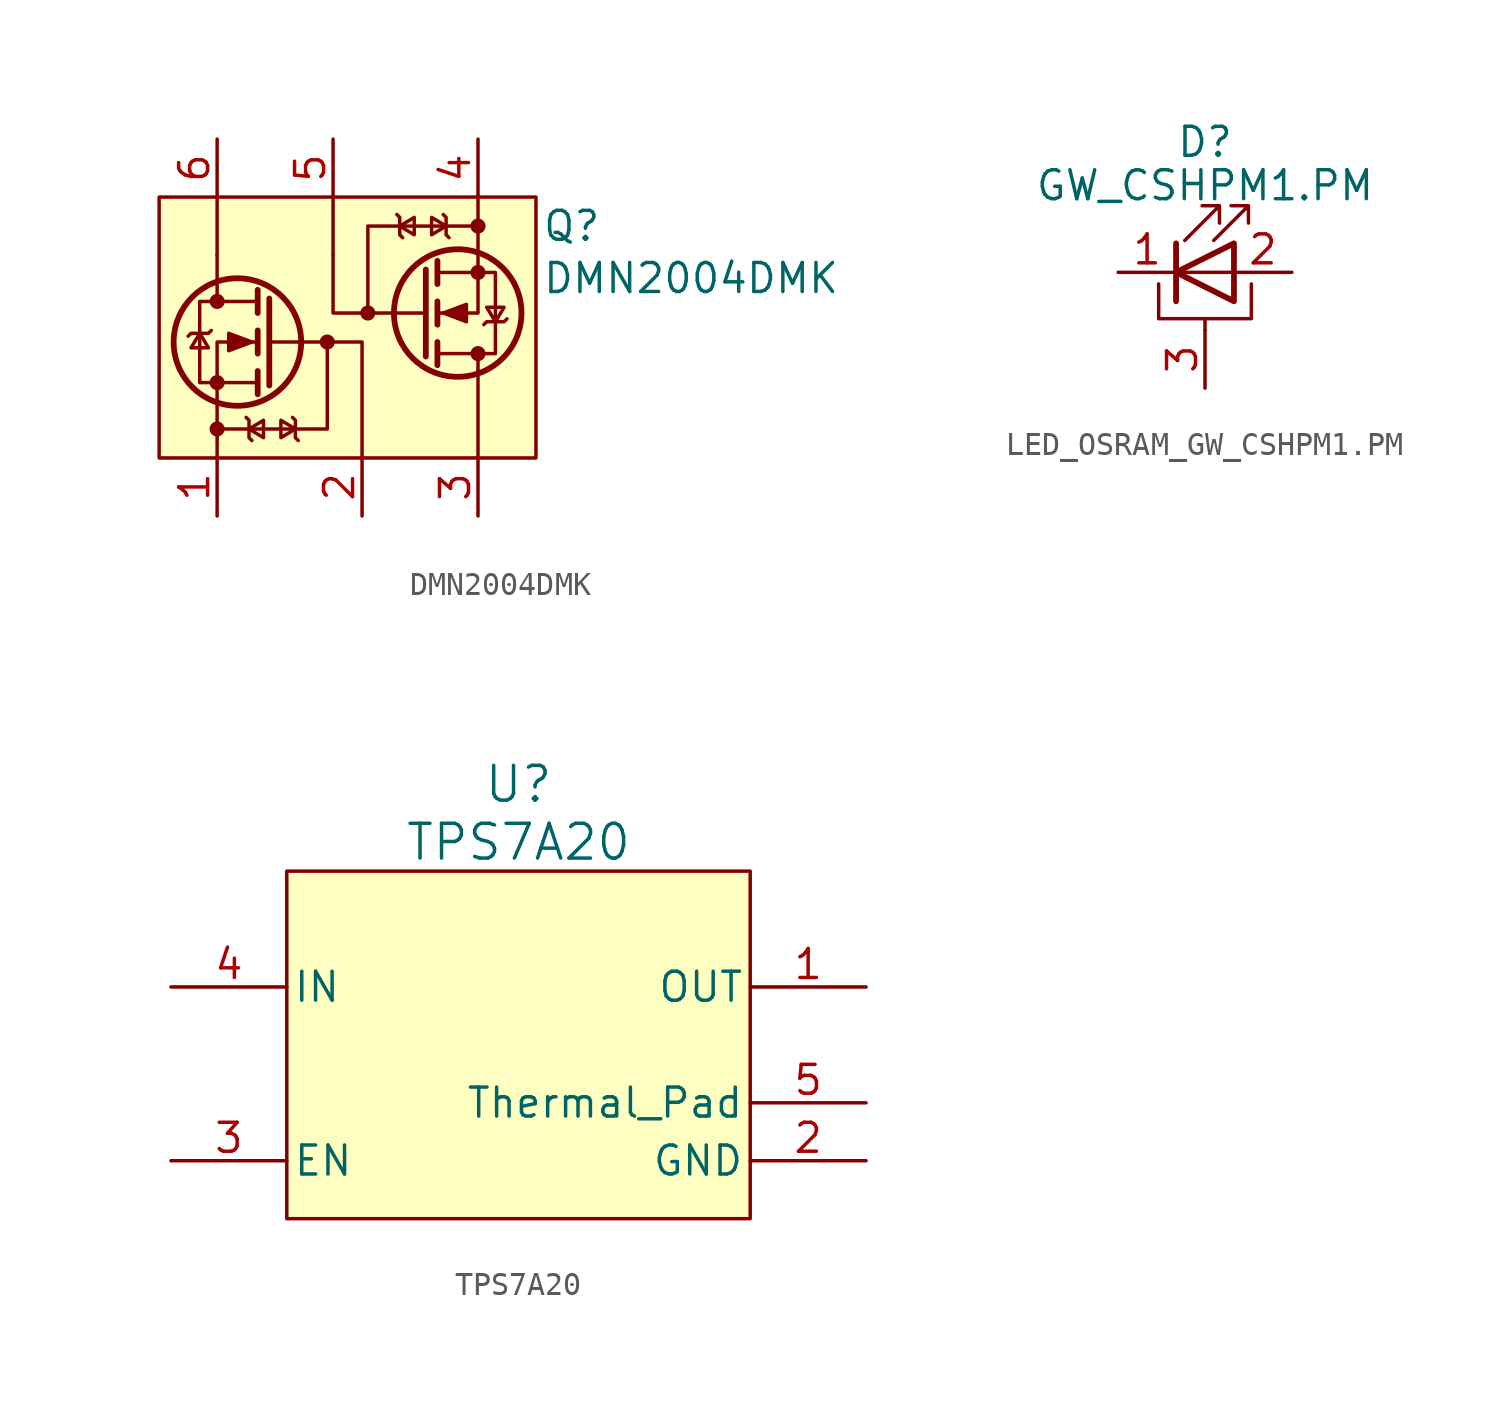
<source format=kicad_sym>
(kicad_symbol_lib
  (version 20241209)
  (generator "kicad_symbol_editor")
  (generator_version "9.0")
  (symbol "DMN2004DMK"
    (pin_names
      (offset 0)
      (hide yes))
    (property "Reference" "Q"
      (at 9.144 3.81 0)
      (effects (font (size 1.27 1.27)) (justify left)))
    (property "Value" "DMN2004DMK"
      (at 9.144 1.524 0)
      (effects (font (size 1.27 1.27)) (justify left)))
    (symbol "DMN2004DMK_0_1"
      (polyline (pts (xy -5.08 2.54) (xy -5.08 1.27)) (stroke (width 0) (type default)) (fill (type none)))
      (polyline (pts (xy -5.08 -5.08) (xy -0.254 -5.08) (xy -0.254 -1.27)) (stroke (width 0) (type default)) (fill (type none)))
      (polyline (pts (xy 0 -1.27) (xy 1.27 -1.27) (xy 1.27 -6.35)) (stroke (width 0) (type default)) (fill (type none)))
      (polyline (pts (xy 1.27 0) (xy 0 0) (xy 0 2.54)) (stroke (width 0) (type default)) (fill (type none)))
      (polyline (pts (xy 6.35 3.81) (xy 1.524 3.81) (xy 1.524 0)) (stroke (width 0) (type default)) (fill (type none))))
    (symbol "DMN2004DMK_1_1"
      (rectangle (start -7.62 5.08) (end 8.89 -6.35) (stroke (width 0) (type default)) (fill (type background)))
      (polyline (pts (xy -5.842 -0.889) (xy -5.461 -1.524) (xy -6.223 -1.524) (xy -5.842 -0.889)) (stroke (width 0) (type default)) (fill (type none)))
      (polyline (pts (xy -5.334 -0.762) (xy -5.461 -0.889) (xy -6.223 -0.889) (xy -6.35 -1.016)) (stroke (width 0) (type default)) (fill (type none)))
      (polyline (pts (xy -5.08 5.08) (xy -5.08 2.54)) (stroke (width 0) (type default)) (fill (type none)))
      (polyline (pts (xy -5.08 1.27) (xy -5.08 0.508)) (stroke (width 0) (type default)) (fill (type none)))
      (circle (center -5.08 0.508) (radius 0.254) (stroke (width 0) (type default)) (fill (type outline)))
      (circle (center -5.08 -3.048) (radius 0.254) (stroke (width 0) (type default)) (fill (type outline)))
      (polyline (pts (xy -5.08 -3.81) (xy -5.08 -1.27) (xy -3.302 -1.27)) (stroke (width 0) (type default)) (fill (type none)))
      (circle (center -5.08 -5.08) (radius 0.254) (stroke (width 0) (type default)) (fill (type outline)))
      (polyline (pts (xy -5.08 -6.35) (xy -5.08 -3.81)) (stroke (width 0) (type default)) (fill (type none)))
      (circle (center -4.191 -1.27) (radius 2.794) (stroke (width 0.254) (type default)) (fill (type none)))
      (polyline (pts (xy -3.81 -4.572) (xy -3.683 -4.699) (xy -3.683 -5.461) (xy -3.556 -5.588)) (stroke (width 0) (type default)) (fill (type none)))
      (polyline (pts (xy -3.683 -5.08) (xy -3.048 -4.699) (xy -3.048 -5.461) (xy -3.683 -5.08)) (stroke (width 0) (type default)) (fill (type none)))
      (polyline (pts (xy -3.556 -1.27) (xy -4.572 -0.889) (xy -4.572 -1.651) (xy -3.556 -1.27)) (stroke (width 0) (type default)) (fill (type outline)))
      (polyline (pts (xy -3.302 1.016) (xy -3.302 0)) (stroke (width 0.254) (type default)) (fill (type none)))
      (polyline (pts (xy -3.302 -0.762) (xy -3.302 -1.778)) (stroke (width 0.254) (type default)) (fill (type none)))
      (polyline (pts (xy -3.302 -2.54) (xy -3.302 -3.556)) (stroke (width 0.254) (type default)) (fill (type none)))
      (polyline (pts (xy -3.302 -3.048) (xy -5.842 -3.048) (xy -5.842 0.508) (xy -3.302 0.508)) (stroke (width 0) (type default)) (fill (type none)))
      (polyline (pts (xy -2.794 0.635) (xy -2.794 -3.175)) (stroke (width 0.254) (type default)) (fill (type none)))
      (polyline (pts (xy -2.794 -1.27) (xy 0 -1.27)) (stroke (width 0) (type default)) (fill (type none)))
      (polyline (pts (xy -1.651 -5.08) (xy -2.286 -5.461) (xy -2.286 -4.699) (xy -1.651 -5.08)) (stroke (width 0) (type default)) (fill (type none)))
      (polyline (pts (xy -1.524 -5.588) (xy -1.651 -5.461) (xy -1.651 -4.699) (xy -1.778 -4.572)) (stroke (width 0) (type default)) (fill (type none)))
      (circle (center -0.254 -1.27) (radius 0.254) (stroke (width 0) (type default)) (fill (type outline)))
      (polyline (pts (xy 0 5.08) (xy 0 2.54)) (stroke (width 0) (type default)) (fill (type none)))
      (circle (center 1.524 0) (radius 0.254) (stroke (width 0) (type default)) (fill (type outline)))
      (polyline (pts (xy 2.794 4.318) (xy 2.921 4.191) (xy 2.921 3.429) (xy 3.048 3.302)) (stroke (width 0) (type default)) (fill (type none)))
      (polyline (pts (xy 2.921 3.81) (xy 3.556 4.191) (xy 3.556 3.429) (xy 2.921 3.81)) (stroke (width 0) (type default)) (fill (type none)))
      (polyline (pts (xy 4.064 0) (xy 1.27 0)) (stroke (width 0) (type default)) (fill (type none)))
      (polyline (pts (xy 4.064 -1.905) (xy 4.064 1.905)) (stroke (width 0.254) (type default)) (fill (type none)))
      (polyline (pts (xy 4.572 1.778) (xy 7.112 1.778) (xy 7.112 -1.778) (xy 4.572 -1.778)) (stroke (width 0) (type default)) (fill (type none)))
      (polyline (pts (xy 4.572 1.27) (xy 4.572 2.286)) (stroke (width 0.254) (type default)) (fill (type none)))
      (polyline (pts (xy 4.572 -0.508) (xy 4.572 0.508)) (stroke (width 0.254) (type default)) (fill (type none)))
      (polyline (pts (xy 4.572 -2.286) (xy 4.572 -1.27)) (stroke (width 0.254) (type default)) (fill (type none)))
      (polyline (pts (xy 4.826 0) (xy 5.842 -0.381) (xy 5.842 0.381) (xy 4.826 0)) (stroke (width 0) (type default)) (fill (type outline)))
      (polyline (pts (xy 4.953 3.81) (xy 4.318 3.429) (xy 4.318 4.191) (xy 4.953 3.81)) (stroke (width 0) (type default)) (fill (type none)))
      (polyline (pts (xy 5.08 3.302) (xy 4.953 3.429) (xy 4.953 4.191) (xy 4.826 4.318)) (stroke (width 0) (type default)) (fill (type none)))
      (circle (center 5.461 0) (radius 2.794) (stroke (width 0.254) (type default)) (fill (type none)))
      (polyline (pts (xy 6.35 5.08) (xy 6.35 2.54)) (stroke (width 0) (type default)) (fill (type none)))
      (circle (center 6.35 3.81) (radius 0.254) (stroke (width 0) (type default)) (fill (type outline)))
      (polyline (pts (xy 6.35 2.54) (xy 6.35 0) (xy 4.572 0)) (stroke (width 0) (type default)) (fill (type none)))
      (circle (center 6.35 1.778) (radius 0.254) (stroke (width 0) (type default)) (fill (type outline)))
      (circle (center 6.35 -1.778) (radius 0.254) (stroke (width 0) (type default)) (fill (type outline)))
      (polyline (pts (xy 6.35 -2.54) (xy 6.35 -1.778)) (stroke (width 0) (type default)) (fill (type none)))
      (polyline (pts (xy 6.35 -6.35) (xy 6.35 -2.54)) (stroke (width 0) (type default)) (fill (type none)))
      (polyline (pts (xy 6.604 -0.508) (xy 6.731 -0.381) (xy 7.493 -0.381) (xy 7.62 -0.254)) (stroke (width 0) (type default)) (fill (type none)))
      (polyline (pts (xy 7.112 -0.381) (xy 6.731 0.254) (xy 7.493 0.254) (xy 7.112 -0.381)) (stroke (width 0) (type default)) (fill (type none)))
      (pin passive line (at -5.08 7.62 270) (length 2.54) (name "D1" (effects (font (size 1.27 1.27)))) (number "6" (effects (font (size 1.27 1.27)))))
      (pin passive line (at -5.08 -8.89 90) (length 2.54) (name "S1" (effects (font (size 1.27 1.27)))) (number "1" (effects (font (size 1.27 1.27)))))
      (pin input line (at 0 7.62 270) (length 2.54) (name "G2" (effects (font (size 1.27 1.27)))) (number "5" (effects (font (size 1.27 1.27)))))
      (pin input line (at 1.27 -8.89 90) (length 2.54) (name "G1" (effects (font (size 1.27 1.27)))) (number "2" (effects (font (size 1.27 1.27)))))
      (pin passive line (at 6.35 7.62 270) (length 2.54) (name "S2" (effects (font (size 1.27 1.27)))) (number "4" (effects (font (size 1.27 1.27)))))
      (pin passive line (at 6.35 -8.89 90) (length 2.54) (name "D2" (effects (font (size 1.27 1.27)))) (number "3" (effects (font (size 1.27 1.27)))))))
  (symbol "LED_OSRAM_GW_CSHPM1.PM"
    (pin_names
      (offset 1.016)
      (hide yes))
    (property "Reference" "D"
      (at 0 5.715 0)
      (effects (font (size 1.27 1.27))))
    (property "Value" "GW_CSHPM1.PM"
      (at 0 3.81 0)
      (effects (font (size 1.27 1.27))))
    (symbol "LED_OSRAM_GW_CSHPM1.PM_0_1"
      (polyline (pts (xy -2.032 -0.508) (xy -2.032 -2.032) (xy 2.032 -2.032) (xy 2.032 -0.508)) (stroke (width 0) (type default)) (fill (type none)))
      (polyline (pts (xy -1.27 0) (xy 1.27 0)) (stroke (width 0) (type default)) (fill (type none)))
      (polyline (pts (xy -1.27 -1.27) (xy -1.27 1.27)) (stroke (width 0.254) (type default)) (fill (type none)))
      (polyline (pts (xy -0.889 1.397) (xy 0.635 2.921) (xy -0.127 2.921) (xy 0.635 2.921) (xy 0.635 2.159)) (stroke (width 0) (type default)) (fill (type none)))
      (polyline (pts (xy 0 -2.54) (xy 0 -2.032)) (stroke (width 0) (type default)) (fill (type none)))
      (polyline (pts (xy 0.381 1.397) (xy 1.905 2.921) (xy 1.143 2.921) (xy 1.905 2.921) (xy 1.905 2.159)) (stroke (width 0) (type default)) (fill (type none)))
      (polyline (pts (xy 1.27 -1.27) (xy 1.27 1.27) (xy -1.27 0) (xy 1.27 -1.27)) (stroke (width 0.254) (type default)) (fill (type none))))
    (symbol "LED_OSRAM_GW_CSHPM1.PM_1_1"
      (pin passive line (at -3.81 0 0) (length 2.54) (name "K" (effects (font (size 1.27 1.27)))) (number "1" (effects (font (size 1.27 1.27)))))
      (pin passive line (at 0 -5.08 90) (length 2.54) (name "PAD" (effects (font (size 1.27 1.27)))) (number "3" (effects (font (size 1.27 1.27)))))
      (pin passive line (at 3.81 0 180) (length 2.54) (name "A" (effects (font (size 1.27 1.27)))) (number "2" (effects (font (size 1.27 1.27)))))))
  (symbol "TPS7A20"
    (pin_names
      (offset 0.254))
    (property "Reference" "U"
      (at 15.24 8.89 0)
      (effects (font (size 1.524 1.524))))
    (property "Value" "TPS7A20"
      (at 15.24 6.35 0)
      (effects (font (size 1.524 1.524))))
    (symbol "TPS7A20_0_1"
      (pin power_in line (at 0 0 0) (length 5.08) (name "IN" (effects (font (size 1.27 1.27)))) (number "4" (effects (font (size 1.27 1.27)))))
      (pin input line (at 0 -7.62 0) (length 5.08) (name "EN" (effects (font (size 1.27 1.27)))) (number "3" (effects (font (size 1.27 1.27)))))
      (pin power_in line (at 30.48 -7.62 180) (length 5.08) (name "GND" (effects (font (size 1.27 1.27)))) (number "2" (effects (font (size 1.27 1.27))))))
    (symbol "TPS7A20_1_1"
      (rectangle (start 5.08 5.08) (end 25.4 -10.16) (stroke (width 0) (type default)) (fill (type background)))
      (pin power_out line (at 30.48 0 180) (length 5.08) (name "OUT" (effects (font (size 1.27 1.27)))) (number "1" (effects (font (size 1.27 1.27)))))
      (pin passive line (at 30.48 -5.08 180) (length 5.08) (name "Thermal_Pad" (effects (font (size 1.27 1.27)))) (number "5" (effects (font (size 1.27 1.27))))))))
</source>
